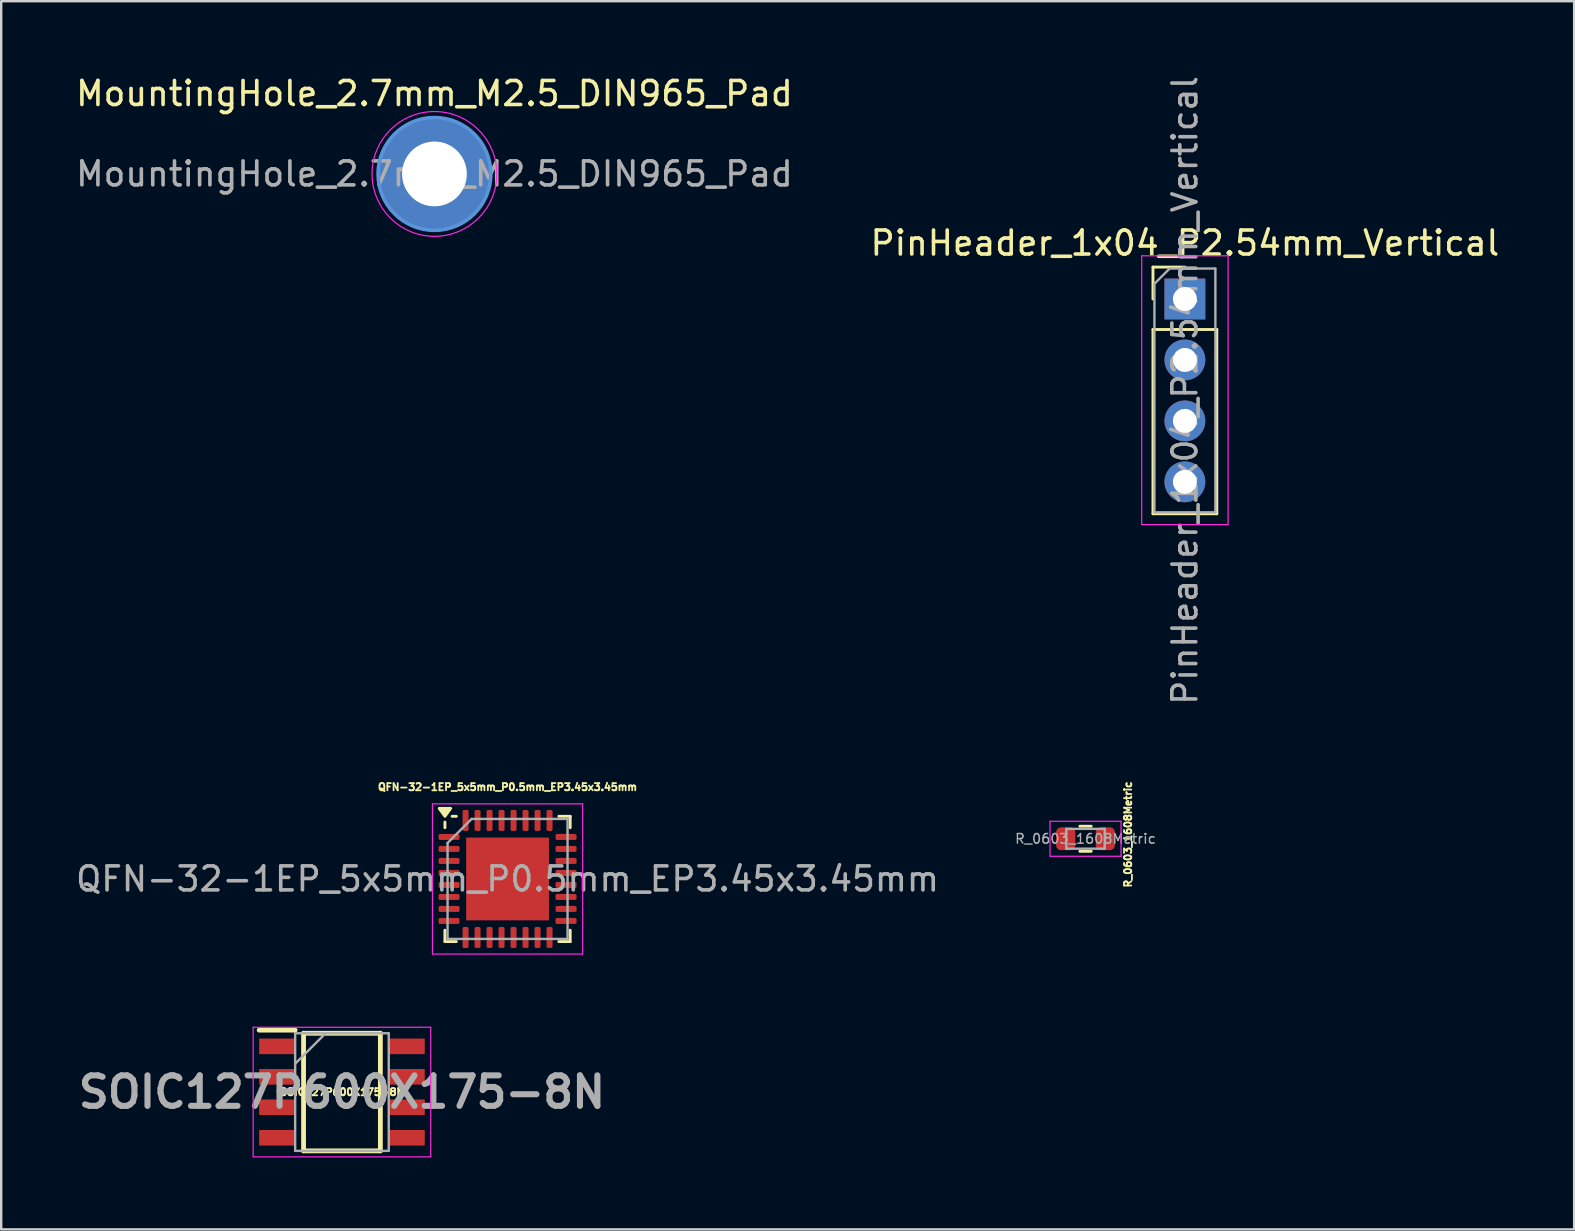
<source format=kicad_pcb>
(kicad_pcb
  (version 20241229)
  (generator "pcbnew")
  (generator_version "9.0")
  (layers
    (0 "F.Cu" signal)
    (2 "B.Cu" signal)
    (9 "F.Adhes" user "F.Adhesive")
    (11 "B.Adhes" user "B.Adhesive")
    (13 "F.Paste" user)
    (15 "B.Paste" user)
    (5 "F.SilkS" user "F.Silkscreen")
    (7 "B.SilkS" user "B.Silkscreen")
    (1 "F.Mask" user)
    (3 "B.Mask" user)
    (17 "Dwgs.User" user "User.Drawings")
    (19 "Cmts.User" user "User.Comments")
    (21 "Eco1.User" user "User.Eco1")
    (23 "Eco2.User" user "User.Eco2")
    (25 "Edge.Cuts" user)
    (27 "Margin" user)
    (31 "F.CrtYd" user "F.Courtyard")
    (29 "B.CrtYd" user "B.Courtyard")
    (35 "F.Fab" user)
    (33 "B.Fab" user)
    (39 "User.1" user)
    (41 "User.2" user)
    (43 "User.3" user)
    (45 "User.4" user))
  (footprint "R_0603_1608Metric"
    (layer "F.Cu")
    (at 42.186 31.903)
    (property "Reference" "R_0603_1608Metric" (at 1.77 -0.18 270) (layer "F.SilkS") (effects (font (size 0.3 0.3) (thickness 0.15))))
    (attr smd)
    (fp_line (start -0.237 -0.522) (end 0.237 -0.522) (stroke (width 0.12) (type solid)) (layer "F.SilkS"))
    (fp_line (start -0.237 0.522) (end 0.237 0.522) (stroke (width 0.12) (type solid)) (layer "F.SilkS"))
    (fp_line (start -1.48 -0.73) (end 1.48 -0.73) (stroke (width 0.05) (type solid)) (layer "F.CrtYd"))
    (fp_line (start -1.48 0.73) (end -1.48 -0.73) (stroke (width 0.05) (type solid)) (layer "F.CrtYd"))
    (fp_line (start 1.48 -0.73) (end 1.48 0.73) (stroke (width 0.05) (type solid)) (layer "F.CrtYd"))
    (fp_line (start 1.48 0.73) (end -1.48 0.73) (stroke (width 0.05) (type solid)) (layer "F.CrtYd"))
    (fp_line (start -0.8 -0.412) (end 0.8 -0.412) (stroke (width 0.1) (type solid)) (layer "F.Fab"))
    (fp_line (start -0.8 0.412) (end -0.8 -0.412) (stroke (width 0.1) (type solid)) (layer "F.Fab"))
    (fp_line (start 0.8 -0.412) (end 0.8 0.412) (stroke (width 0.1) (type solid)) (layer "F.Fab"))
    (fp_line (start 0.8 0.412) (end -0.8 0.412) (stroke (width 0.1) (type solid)) (layer "F.Fab"))
    (fp_text user "${REFERENCE}" (at 0 0 180) (layer "F.Fab") (effects (font (size 0.4 0.4) (thickness 0.06))))
    (pad "1" smd roundrect (at -0.825 0 180) (size 0.8 0.95) (layers "F.Cu" "F.Mask" "F.Paste") (roundrect_rratio 0.25))
    (pad "2" smd roundrect (at 0.825 0 180) (size 0.8 0.95) (layers "F.Cu" "F.Mask" "F.Paste") (roundrect_rratio 0.25)))
  (footprint "MountingHole_2.7mm_M2.5_DIN965_Pad"
    (layer "F.Cu")
    (at 15.054 4.198)
    (property "Reference" "MountingHole_2.7mm_M2.5_DIN965_Pad" (at 0 -3.35 0) (layer "F.SilkS") (effects (font (size 1 1) (thickness 0.15))))
    (attr exclude_from_pos_files exclude_from_bom)
    (fp_circle (center 0 0) (end 2.35 0) (stroke (width 0.15) (type solid)) (fill no) (layer "Cmts.User"))
    (fp_circle (center 0 0) (end 2.6 0) (stroke (width 0.05) (type solid)) (fill no) (layer "F.CrtYd"))
    (fp_text user "${REFERENCE}" (at 0 0 0) (layer "F.Fab") (effects (font (size 1 1) (thickness 0.15))))
    (pad "1" thru_hole circle (at 0 0) (size 4.7 4.7) (drill 2.7) (layers "*.Cu" "*.Mask")))
  (footprint "QFN-32-1EP_5x5mm_P0.5mm_EP3.45x3.45mm"
    (layer "F.Cu")
    (at 18.101 33.578)
    (property "Reference" "QFN-32-1EP_5x5mm_P0.5mm_EP3.45x3.45mm" (at 0 -3.83 0) (layer "F.SilkS") (effects (font (size 0.3 0.3) (thickness 0.075))))
    (attr smd)
    (fp_line (start -2.61 -2.135) (end -2.61 -2.37) (stroke (width 0.12) (type solid)) (layer "F.SilkS"))
    (fp_line (start -2.61 2.61) (end -2.61 2.135) (stroke (width 0.12) (type solid)) (layer "F.SilkS"))
    (fp_line (start -2.135 -2.61) (end -2.31 -2.61) (stroke (width 0.12) (type solid)) (layer "F.SilkS"))
    (fp_line (start -2.135 2.61) (end -2.61 2.61) (stroke (width 0.12) (type solid)) (layer "F.SilkS"))
    (fp_line (start 2.135 -2.61) (end 2.61 -2.61) (stroke (width 0.12) (type solid)) (layer "F.SilkS"))
    (fp_line (start 2.135 2.61) (end 2.61 2.61) (stroke (width 0.12) (type solid)) (layer "F.SilkS"))
    (fp_line (start 2.61 -2.61) (end 2.61 -2.135) (stroke (width 0.12) (type solid)) (layer "F.SilkS"))
    (fp_line (start 2.61 2.61) (end 2.61 2.135) (stroke (width 0.12) (type solid)) (layer "F.SilkS"))
    (fp_poly (pts (xy -2.61 -2.61) (xy -2.85 -2.94) (xy -2.37 -2.94) (xy -2.61 -2.61)) (stroke (width 0.12) (type solid)) (fill yes) (layer "F.SilkS"))
    (fp_line (start -3.13 -3.13) (end -3.13 3.13) (stroke (width 0.05) (type solid)) (layer "F.CrtYd"))
    (fp_line (start -3.13 3.13) (end 3.13 3.13) (stroke (width 0.05) (type solid)) (layer "F.CrtYd"))
    (fp_line (start 3.13 -3.13) (end -3.13 -3.13) (stroke (width 0.05) (type solid)) (layer "F.CrtYd"))
    (fp_line (start 3.13 3.13) (end 3.13 -3.13) (stroke (width 0.05) (type solid)) (layer "F.CrtYd"))
    (fp_line (start -2.5 -1.5) (end -1.5 -2.5) (stroke (width 0.1) (type solid)) (layer "F.Fab"))
    (fp_line (start -2.5 2.5) (end -2.5 -1.5) (stroke (width 0.1) (type solid)) (layer "F.Fab"))
    (fp_line (start -1.5 -2.5) (end 2.5 -2.5) (stroke (width 0.1) (type solid)) (layer "F.Fab"))
    (fp_line (start 2.5 -2.5) (end 2.5 2.5) (stroke (width 0.1) (type solid)) (layer "F.Fab"))
    (fp_line (start 2.5 2.5) (end -2.5 2.5) (stroke (width 0.1) (type solid)) (layer "F.Fab"))
    (fp_text user "${REFERENCE}" (at 0 0 0) (layer "F.Fab") (effects (font (size 1 1) (thickness 0.15))))
    (pad "" smd roundrect (at -1.15 -1.15) (size 0.93 0.93) (layers "F.Paste") (roundrect_rratio 0.25))
    (pad "" smd roundrect (at -1.15 0) (size 0.93 0.93) (layers "F.Paste") (roundrect_rratio 0.25))
    (pad "" smd roundrect (at -1.15 1.15) (size 0.93 0.93) (layers "F.Paste") (roundrect_rratio 0.25))
    (pad "" smd roundrect (at 0 -1.15) (size 0.93 0.93) (layers "F.Paste") (roundrect_rratio 0.25))
    (pad "" smd roundrect (at 0 0) (size 0.93 0.93) (layers "F.Paste") (roundrect_rratio 0.25))
    (pad "" smd roundrect (at 0 1.15) (size 0.93 0.93) (layers "F.Paste") (roundrect_rratio 0.25))
    (pad "" smd roundrect (at 1.15 -1.15) (size 0.93 0.93) (layers "F.Paste") (roundrect_rratio 0.25))
    (pad "" smd roundrect (at 1.15 0) (size 0.93 0.93) (layers "F.Paste") (roundrect_rratio 0.25))
    (pad "" smd roundrect (at 1.15 1.15) (size 0.93 0.93) (layers "F.Paste") (roundrect_rratio 0.25))
    (pad "1" smd roundrect (at -2.438 -1.75) (size 0.875 0.25) (layers "F.Cu" "F.Mask" "F.Paste") (roundrect_rratio 0.25))
    (pad "2" smd roundrect (at -2.438 -1.25) (size 0.875 0.25) (layers "F.Cu" "F.Mask" "F.Paste") (roundrect_rratio 0.25))
    (pad "3" smd roundrect (at -2.438 -0.75) (size 0.875 0.25) (layers "F.Cu" "F.Mask" "F.Paste") (roundrect_rratio 0.25))
    (pad "4" smd roundrect (at -2.438 -0.25) (size 0.875 0.25) (layers "F.Cu" "F.Mask" "F.Paste") (roundrect_rratio 0.25))
    (pad "5" smd roundrect (at -2.438 0.25) (size 0.875 0.25) (layers "F.Cu" "F.Mask" "F.Paste") (roundrect_rratio 0.25))
    (pad "6" smd roundrect (at -2.438 0.75) (size 0.875 0.25) (layers "F.Cu" "F.Mask" "F.Paste") (roundrect_rratio 0.25))
    (pad "7" smd roundrect (at -2.438 1.25) (size 0.875 0.25) (layers "F.Cu" "F.Mask" "F.Paste") (roundrect_rratio 0.25))
    (pad "8" smd roundrect (at -2.438 1.75) (size 0.875 0.25) (layers "F.Cu" "F.Mask" "F.Paste") (roundrect_rratio 0.25))
    (pad "9" smd roundrect (at -1.75 2.438) (size 0.25 0.875) (layers "F.Cu" "F.Mask" "F.Paste") (roundrect_rratio 0.25))
    (pad "10" smd roundrect (at -1.25 2.438) (size 0.25 0.875) (layers "F.Cu" "F.Mask" "F.Paste") (roundrect_rratio 0.25))
    (pad "11" smd roundrect (at -0.75 2.438) (size 0.25 0.875) (layers "F.Cu" "F.Mask" "F.Paste") (roundrect_rratio 0.25))
    (pad "12" smd roundrect (at -0.25 2.438) (size 0.25 0.875) (layers "F.Cu" "F.Mask" "F.Paste") (roundrect_rratio 0.25))
    (pad "13" smd roundrect (at 0.25 2.438) (size 0.25 0.875) (layers "F.Cu" "F.Mask" "F.Paste") (roundrect_rratio 0.25))
    (pad "14" smd roundrect (at 0.75 2.438) (size 0.25 0.875) (layers "F.Cu" "F.Mask" "F.Paste") (roundrect_rratio 0.25))
    (pad "15" smd roundrect (at 1.25 2.438) (size 0.25 0.875) (layers "F.Cu" "F.Mask" "F.Paste") (roundrect_rratio 0.25))
    (pad "16" smd roundrect (at 1.75 2.438) (size 0.25 0.875) (layers "F.Cu" "F.Mask" "F.Paste") (roundrect_rratio 0.25))
    (pad "17" smd roundrect (at 2.438 1.75) (size 0.875 0.25) (layers "F.Cu" "F.Mask" "F.Paste") (roundrect_rratio 0.25))
    (pad "18" smd roundrect (at 2.438 1.25) (size 0.875 0.25) (layers "F.Cu" "F.Mask" "F.Paste") (roundrect_rratio 0.25))
    (pad "19" smd roundrect (at 2.438 0.75) (size 0.875 0.25) (layers "F.Cu" "F.Mask" "F.Paste") (roundrect_rratio 0.25))
    (pad "20" smd roundrect (at 2.438 0.25) (size 0.875 0.25) (layers "F.Cu" "F.Mask" "F.Paste") (roundrect_rratio 0.25))
    (pad "21" smd roundrect (at 2.438 -0.25) (size 0.875 0.25) (layers "F.Cu" "F.Mask" "F.Paste") (roundrect_rratio 0.25))
    (pad "22" smd roundrect (at 2.438 -0.75) (size 0.875 0.25) (layers "F.Cu" "F.Mask" "F.Paste") (roundrect_rratio 0.25))
    (pad "23" smd roundrect (at 2.438 -1.25) (size 0.875 0.25) (layers "F.Cu" "F.Mask" "F.Paste") (roundrect_rratio 0.25))
    (pad "24" smd roundrect (at 2.438 -1.75) (size 0.875 0.25) (layers "F.Cu" "F.Mask" "F.Paste") (roundrect_rratio 0.25))
    (pad "25" smd roundrect (at 1.75 -2.438) (size 0.25 0.875) (layers "F.Cu" "F.Mask" "F.Paste") (roundrect_rratio 0.25))
    (pad "26" smd roundrect (at 1.25 -2.438) (size 0.25 0.875) (layers "F.Cu" "F.Mask" "F.Paste") (roundrect_rratio 0.25))
    (pad "27" smd roundrect (at 0.75 -2.438) (size 0.25 0.875) (layers "F.Cu" "F.Mask" "F.Paste") (roundrect_rratio 0.25))
    (pad "28" smd roundrect (at 0.25 -2.438) (size 0.25 0.875) (layers "F.Cu" "F.Mask" "F.Paste") (roundrect_rratio 0.25))
    (pad "29" smd roundrect (at -0.25 -2.438) (size 0.25 0.875) (layers "F.Cu" "F.Mask" "F.Paste") (roundrect_rratio 0.25))
    (pad "30" smd roundrect (at -0.75 -2.438) (size 0.25 0.875) (layers "F.Cu" "F.Mask" "F.Paste") (roundrect_rratio 0.25))
    (pad "31" smd roundrect (at -1.25 -2.438) (size 0.25 0.875) (layers "F.Cu" "F.Mask" "F.Paste") (roundrect_rratio 0.25))
    (pad "32" smd roundrect (at -1.75 -2.438) (size 0.25 0.875) (layers "F.Cu" "F.Mask" "F.Paste") (roundrect_rratio 0.25))
    (pad "33" smd rect (at 0 0) (size 3.45 3.45) (property pad_prop_heatsink) (layers "F.Cu" "F.Mask")))
  (footprint "SOIC127P600X175-8N"
    (layer "F.Cu")
    (at 11.2 42.458)
    (property "Reference" "SOIC127P600X175-8N" (at 0 0 180) (layer "F.SilkS") (effects (font (size 0.3 0.3) (thickness 0.075))))
    (attr smd)
    (fp_line (start -3.45 -2.58) (end -1.95 -2.58) (stroke (width 0.2) (type solid)) (layer "F.SilkS"))
    (fp_line (start -1.6 -2.45) (end 1.6 -2.45) (stroke (width 0.2) (type solid)) (layer "F.SilkS"))
    (fp_line (start -1.6 2.45) (end -1.6 -2.45) (stroke (width 0.2) (type solid)) (layer "F.SilkS"))
    (fp_line (start 1.6 -2.45) (end 1.6 2.45) (stroke (width 0.2) (type solid)) (layer "F.SilkS"))
    (fp_line (start 1.6 2.45) (end -1.6 2.45) (stroke (width 0.2) (type solid)) (layer "F.SilkS"))
    (fp_line (start -3.7 -2.7) (end 3.7 -2.7) (stroke (width 0.05) (type solid)) (layer "F.CrtYd"))
    (fp_line (start -3.7 2.7) (end -3.7 -2.7) (stroke (width 0.05) (type solid)) (layer "F.CrtYd"))
    (fp_line (start 3.7 -2.7) (end 3.7 2.7) (stroke (width 0.05) (type solid)) (layer "F.CrtYd"))
    (fp_line (start 3.7 2.7) (end -3.7 2.7) (stroke (width 0.05) (type solid)) (layer "F.CrtYd"))
    (fp_line (start -1.95 -2.45) (end 1.95 -2.45) (stroke (width 0.1) (type solid)) (layer "F.Fab"))
    (fp_line (start -1.95 -1.18) (end -0.68 -2.45) (stroke (width 0.1) (type solid)) (layer "F.Fab"))
    (fp_line (start -1.95 2.45) (end -1.95 -2.45) (stroke (width 0.1) (type solid)) (layer "F.Fab"))
    (fp_line (start 1.95 -2.45) (end 1.95 2.45) (stroke (width 0.1) (type solid)) (layer "F.Fab"))
    (fp_line (start 1.95 2.45) (end -1.95 2.45) (stroke (width 0.1) (type solid)) (layer "F.Fab"))
    (fp_text user "${REFERENCE}" (at 0 0 180) (layer "F.Fab") (effects (font (size 1.27 1.27) (thickness 0.254))))
    (pad "1" smd rect (at -2.7 -1.905 90) (size 0.65 1.5) (layers "F.Cu" "F.Mask" "F.Paste"))
    (pad "2" smd rect (at -2.7 -0.635 90) (size 0.65 1.5) (layers "F.Cu" "F.Mask" "F.Paste"))
    (pad "3" smd rect (at -2.7 0.635 90) (size 0.65 1.5) (layers "F.Cu" "F.Mask" "F.Paste"))
    (pad "4" smd rect (at -2.7 1.905 90) (size 0.65 1.5) (layers "F.Cu" "F.Mask" "F.Paste"))
    (pad "5" smd rect (at 2.7 1.905 90) (size 0.65 1.5) (layers "F.Cu" "F.Mask" "F.Paste"))
    (pad "6" smd rect (at 2.7 0.635 90) (size 0.65 1.5) (layers "F.Cu" "F.Mask" "F.Paste"))
    (pad "7" smd rect (at 2.7 -0.635 90) (size 0.65 1.5) (layers "F.Cu" "F.Mask" "F.Paste"))
    (pad "8" smd rect (at 2.7 -1.905 90) (size 0.65 1.5) (layers "F.Cu" "F.Mask" "F.Paste")))
  (footprint "PinHeader_1x04_P2.54mm_Vertical"
    (layer "F.Cu")
    (at 46.327 9.41)
    (property "Reference" "PinHeader_1x04_P2.54mm_Vertical" (at 0 -2.33 0) (layer "F.SilkS") (effects (font (size 1 1) (thickness 0.15))))
    (attr through_hole)
    (fp_line (start -1.33 -1.33) (end 0 -1.33) (stroke (width 0.12) (type solid)) (layer "F.SilkS"))
    (fp_line (start -1.33 0) (end -1.33 -1.33) (stroke (width 0.12) (type solid)) (layer "F.SilkS"))
    (fp_line (start -1.33 1.27) (end -1.33 8.95) (stroke (width 0.12) (type solid)) (layer "F.SilkS"))
    (fp_line (start -1.33 1.27) (end 1.33 1.27) (stroke (width 0.12) (type solid)) (layer "F.SilkS"))
    (fp_line (start -1.33 8.95) (end 1.33 8.95) (stroke (width 0.12) (type solid)) (layer "F.SilkS"))
    (fp_line (start 1.33 1.27) (end 1.33 8.95) (stroke (width 0.12) (type solid)) (layer "F.SilkS"))
    (fp_line (start -1.8 -1.8) (end -1.8 9.4) (stroke (width 0.05) (type solid)) (layer "F.CrtYd"))
    (fp_line (start -1.8 9.4) (end 1.8 9.4) (stroke (width 0.05) (type solid)) (layer "F.CrtYd"))
    (fp_line (start 1.8 -1.8) (end -1.8 -1.8) (stroke (width 0.05) (type solid)) (layer "F.CrtYd"))
    (fp_line (start 1.8 9.4) (end 1.8 -1.8) (stroke (width 0.05) (type solid)) (layer "F.CrtYd"))
    (fp_line (start -1.27 -0.635) (end -0.635 -1.27) (stroke (width 0.1) (type solid)) (layer "F.Fab"))
    (fp_line (start -1.27 8.89) (end -1.27 -0.635) (stroke (width 0.1) (type solid)) (layer "F.Fab"))
    (fp_line (start -0.635 -1.27) (end 1.27 -1.27) (stroke (width 0.1) (type solid)) (layer "F.Fab"))
    (fp_line (start 1.27 -1.27) (end 1.27 8.89) (stroke (width 0.1) (type solid)) (layer "F.Fab"))
    (fp_line (start 1.27 8.89) (end -1.27 8.89) (stroke (width 0.1) (type solid)) (layer "F.Fab"))
    (fp_text user "${REFERENCE}" (at 0 3.81 90) (layer "F.Fab") (effects (font (size 1 1) (thickness 0.15))))
    (pad "1" thru_hole rect (at 0 0) (size 1.7 1.7) (drill 1) (layers "*.Cu" "*.Mask"))
    (pad "2" thru_hole oval (at 0 2.54) (size 1.7 1.7) (drill 1) (layers "*.Cu" "*.Mask"))
    (pad "3" thru_hole oval (at 0 5.08) (size 1.7 1.7) (drill 1) (layers "*.Cu" "*.Mask"))
    (pad "4" thru_hole oval (at 0 7.62) (size 1.7 1.7) (drill 1) (layers "*.Cu" "*.Mask")))
  (gr_rect
    (start -3 -3)
    (end 62.548 48.183)
    (stroke (width 0.1) (type default))
    (fill no)
    (layer "Edge.Cuts")))
</source>
